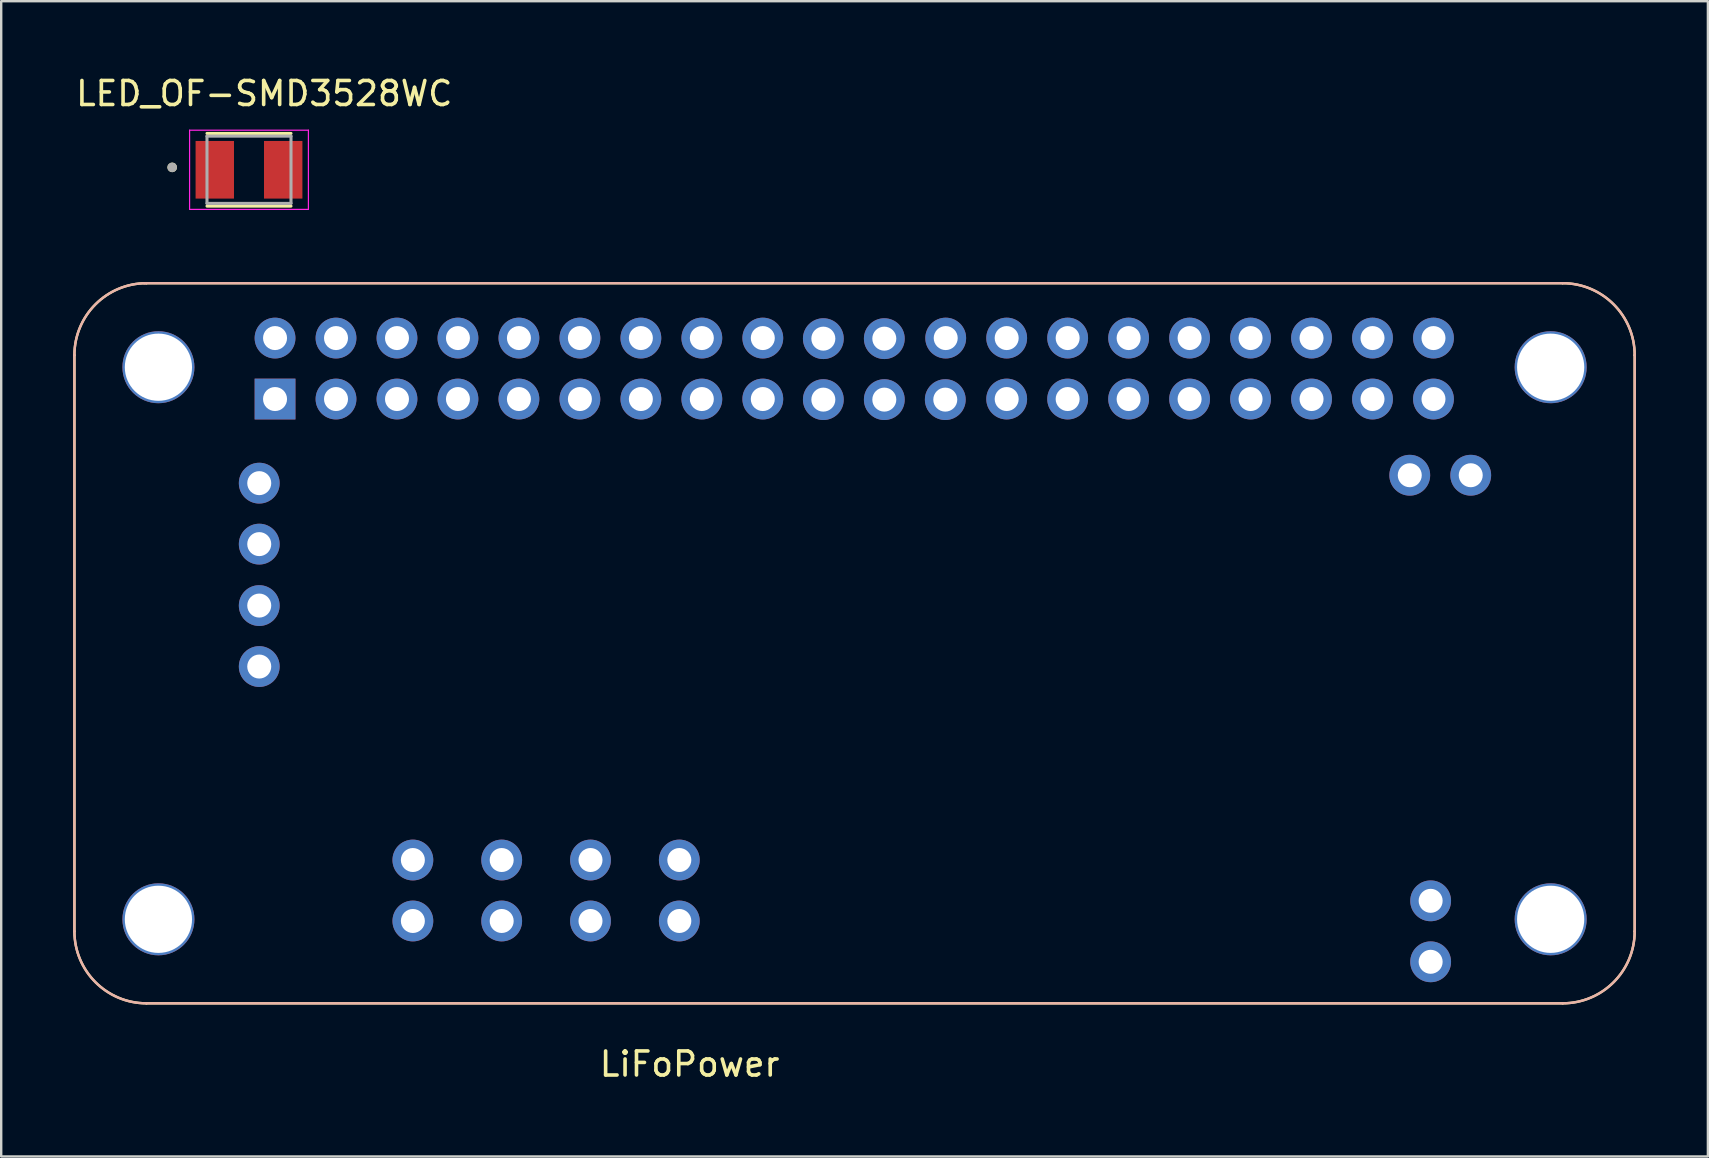
<source format=kicad_pcb>
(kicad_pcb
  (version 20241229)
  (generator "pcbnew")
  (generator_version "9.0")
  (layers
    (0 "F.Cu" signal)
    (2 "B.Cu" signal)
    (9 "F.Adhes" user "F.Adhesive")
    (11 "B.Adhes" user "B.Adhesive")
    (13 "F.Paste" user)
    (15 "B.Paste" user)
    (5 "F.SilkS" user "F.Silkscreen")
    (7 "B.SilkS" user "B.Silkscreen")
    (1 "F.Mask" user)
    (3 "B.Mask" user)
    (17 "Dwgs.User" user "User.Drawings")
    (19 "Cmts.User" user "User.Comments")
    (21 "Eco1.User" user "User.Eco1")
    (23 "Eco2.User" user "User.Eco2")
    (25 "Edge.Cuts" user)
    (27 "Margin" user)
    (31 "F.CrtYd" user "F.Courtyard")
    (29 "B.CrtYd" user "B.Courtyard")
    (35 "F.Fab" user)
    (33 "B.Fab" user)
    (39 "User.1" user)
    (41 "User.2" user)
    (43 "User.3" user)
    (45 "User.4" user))
  (footprint "LED_OF-SMD3528WC"
    (layer "F.Cu")
    (at 7.323 4.023)
    (property "Reference" "LED_OF-SMD3528WC" (at 0.635 -3.175 0) (layer "F.SilkS") (effects (font (size 1 1) (thickness 0.15))))
    (attr smd)
    (fp_line (start -1.75 -1.514) (end 1.75 -1.514) (stroke (width 0.127) (type solid)) (layer "F.SilkS"))
    (fp_line (start -1.75 1.514) (end 1.75 1.514) (stroke (width 0.127) (type solid)) (layer "F.SilkS"))
    (fp_circle (center -3.2 -0.1) (end -3.1 -0.1) (stroke (width 0.2) (type solid)) (fill no) (layer "F.SilkS"))
    (fp_line (start -2.475 -1.65) (end 2.475 -1.65) (stroke (width 0.05) (type solid)) (layer "F.CrtYd"))
    (fp_line (start -2.475 1.65) (end -2.475 -1.65) (stroke (width 0.05) (type solid)) (layer "F.CrtYd"))
    (fp_line (start 2.475 -1.65) (end 2.475 1.65) (stroke (width 0.05) (type solid)) (layer "F.CrtYd"))
    (fp_line (start 2.475 1.65) (end -2.475 1.65) (stroke (width 0.05) (type solid)) (layer "F.CrtYd"))
    (fp_line (start -1.75 -1.4) (end 1.75 -1.4) (stroke (width 0.127) (type solid)) (layer "F.Fab"))
    (fp_line (start -1.75 1.4) (end -1.75 -1.4) (stroke (width 0.127) (type solid)) (layer "F.Fab"))
    (fp_line (start 1.75 -1.4) (end 1.75 1.4) (stroke (width 0.127) (type solid)) (layer "F.Fab"))
    (fp_line (start 1.75 1.4) (end -1.75 1.4) (stroke (width 0.127) (type solid)) (layer "F.Fab"))
    (fp_circle (center -3.2 -0.1) (end -3.1 -0.1) (stroke (width 0.2) (type solid)) (fill no) (layer "F.Fab"))
    (pad "1" smd rect (at -1.425 0) (size 1.6 2.4) (layers "F.Cu" "F.Mask" "F.Paste"))
    (pad "2" smd rect (at 1.425 0) (size 1.6 2.4) (layers "F.Cu" "F.Mask" "F.Paste")))
  (footprint "LiFoPower"
    (layer "F.Cu")
    (at 25.68 41.778)
    (property "Reference" "LiFoPower" (at 0 -0.5 0) (unlocked yes) (layer "F.SilkS") (effects (font (size 1 1) (thickness 0.15))))
    (attr through_hole)
    (fp_line (start -25.63 -30.03) (end -25.63 -6.03) (stroke (width 0.1) (type solid)) (layer "F.SilkS"))
    (fp_line (start -22.63 -33.03) (end 36.37 -33.03) (stroke (width 0.1) (type solid)) (layer "F.SilkS"))
    (fp_line (start -22.63 -3.03) (end 36.37 -3.03) (stroke (width 0.1) (type solid)) (layer "F.SilkS"))
    (fp_line (start 39.37 -30.03) (end 39.37 -6.03) (stroke (width 0.1) (type solid)) (layer "F.SilkS"))
    (fp_arc (start -25.63 -30.03) (mid -24.751321 -32.151321) (end -22.63 -33.03) (stroke (width 0.1) (type solid)) (layer "F.SilkS"))
    (fp_arc (start -22.63 -3.03) (mid -24.751321 -3.908679) (end -25.63 -6.03) (stroke (width 0.1) (type solid)) (layer "F.SilkS"))
    (fp_arc (start 36.37 -33.03) (mid 38.491321 -32.151321) (end 39.37 -30.03) (stroke (width 0.1) (type solid)) (layer "F.SilkS"))
    (fp_arc (start 39.37 -6.03) (mid 38.491321 -3.908679) (end 36.37 -3.03) (stroke (width 0.1) (type solid)) (layer "F.SilkS"))
    (fp_line (start -25.63 -30.03) (end -25.63 -6.03) (stroke (width 0.1) (type solid)) (layer "B.SilkS"))
    (fp_line (start -22.73 -33.03) (end 36.37 -33.03) (stroke (width 0.1) (type solid)) (layer "B.SilkS"))
    (fp_line (start -22.63 -3.03) (end 36.37 -3.03) (stroke (width 0.1) (type solid)) (layer "B.SilkS"))
    (fp_line (start 39.37 -30.03) (end 39.37 -6.03) (stroke (width 0.1) (type solid)) (layer "B.SilkS"))
    (fp_arc (start -25.629998 -30.03) (mid -24.751319 -32.151321) (end -22.629998 -33.03) (stroke (width 0.1) (type solid)) (layer "B.SilkS"))
    (fp_arc (start -22.63 -3.03) (mid -24.751321 -3.908679) (end -25.63 -6.03) (stroke (width 0.1) (type solid)) (layer "B.SilkS"))
    (fp_arc (start 36.37 -33.03) (mid 38.49132 -32.15132) (end 39.37 -30.03) (stroke (width 0.1) (type solid)) (layer "B.SilkS"))
    (fp_arc (start 39.37 -6.03) (mid 38.49132 -3.90868) (end 36.37 -3.03) (stroke (width 0.1) (type solid)) (layer "B.SilkS"))
    (pad "" np_thru_hole circle (at -22.13 -29.53) (size 3 3) (drill 2.8) (layers "*.Cu" "*.Mask"))
    (pad "" np_thru_hole circle (at -22.13 -6.53) (size 3 3) (drill 2.8) (layers "*.Cu" "*.Mask"))
    (pad "" np_thru_hole circle (at 35.87 -29.53) (size 3 3) (drill 2.8) (layers "*.Cu" "*.Mask"))
    (pad "" np_thru_hole circle (at 35.87 -6.53) (size 3 3) (drill 2.8) (layers "*.Cu" "*.Mask"))
    (pad "1" thru_hole rect (at -17.272 -28.204 90) (size 1.7 1.7) (drill 1) (layers "*.Cu" "*.Mask"))
    (pad "2" thru_hole circle (at -17.272 -30.744 90) (size 1.7 1.7) (drill 1) (layers "*.Cu" "*.Mask"))
    (pad "3" thru_hole circle (at -14.732 -28.204 90) (size 1.7 1.7) (drill 1) (layers "*.Cu" "*.Mask"))
    (pad "4" thru_hole circle (at -14.732 -30.744 90) (size 1.7 1.7) (drill 1) (layers "*.Cu" "*.Mask"))
    (pad "5" thru_hole circle (at -12.192 -28.204 90) (size 1.7 1.7) (drill 1) (layers "*.Cu" "*.Mask"))
    (pad "6" thru_hole circle (at -12.192 -30.744 90) (size 1.7 1.7) (drill 1) (layers "*.Cu" "*.Mask"))
    (pad "7" thru_hole circle (at -9.652 -28.204 90) (size 1.7 1.7) (drill 1) (layers "*.Cu" "*.Mask"))
    (pad "8" thru_hole circle (at -9.652 -30.744 90) (size 1.7 1.7) (drill 1) (layers "*.Cu" "*.Mask"))
    (pad "9" thru_hole circle (at -7.112 -28.204 90) (size 1.7 1.7) (drill 1) (layers "*.Cu" "*.Mask"))
    (pad "10" thru_hole circle (at -7.112 -30.744 90) (size 1.7 1.7) (drill 1) (layers "*.Cu" "*.Mask"))
    (pad "11" thru_hole circle (at -4.572 -28.204 90) (size 1.7 1.7) (drill 1) (layers "*.Cu" "*.Mask"))
    (pad "12" thru_hole circle (at -4.572 -30.744 90) (size 1.7 1.7) (drill 1) (layers "*.Cu" "*.Mask"))
    (pad "13" thru_hole circle (at -2.032 -28.204 90) (size 1.7 1.7) (drill 1) (layers "*.Cu" "*.Mask"))
    (pad "14" thru_hole circle (at -2.032 -30.744 90) (size 1.7 1.7) (drill 1) (layers "*.Cu" "*.Mask"))
    (pad "15" thru_hole circle (at 0.508 -28.204 90) (size 1.7 1.7) (drill 1) (layers "*.Cu" "*.Mask"))
    (pad "16" thru_hole circle (at 0.508 -30.744 90) (size 1.7 1.7) (drill 1) (layers "*.Cu" "*.Mask"))
    (pad "17" thru_hole circle (at 3.048 -28.204 90) (size 1.7 1.7) (drill 1) (layers "*.Cu" "*.Mask"))
    (pad "18" thru_hole circle (at 3.048 -30.744 90) (size 1.7 1.7) (drill 1) (layers "*.Cu" "*.Mask"))
    (pad "19" thru_hole circle (at 5.57 -28.18 90) (size 1.7 1.7) (drill 1) (layers "*.Cu" "*.Mask"))
    (pad "20" thru_hole circle (at 5.57 -30.72 90) (size 1.7 1.7) (drill 1) (layers "*.Cu" "*.Mask"))
    (pad "21" thru_hole circle (at 8.11 -28.18 90) (size 1.7 1.7) (drill 1) (layers "*.Cu" "*.Mask"))
    (pad "22" thru_hole circle (at 8.11 -30.72 90) (size 1.7 1.7) (drill 1) (layers "*.Cu" "*.Mask"))
    (pad "23" thru_hole circle (at 10.65 -28.18 90) (size 1.7 1.7) (drill 1) (layers "*.Cu" "*.Mask"))
    (pad "24" thru_hole circle (at 10.668 -30.744 90) (size 1.7 1.7) (drill 1) (layers "*.Cu" "*.Mask"))
    (pad "25" thru_hole circle (at 13.208 -28.204 90) (size 1.7 1.7) (drill 1) (layers "*.Cu" "*.Mask"))
    (pad "26" thru_hole circle (at 13.208 -30.744 90) (size 1.7 1.7) (drill 1) (layers "*.Cu" "*.Mask"))
    (pad "27" thru_hole circle (at 15.748 -28.204 90) (size 1.7 1.7) (drill 1) (layers "*.Cu" "*.Mask"))
    (pad "28" thru_hole circle (at 15.748 -30.744 90) (size 1.7 1.7) (drill 1) (layers "*.Cu" "*.Mask"))
    (pad "29" thru_hole circle (at 18.288 -28.204 90) (size 1.7 1.7) (drill 1) (layers "*.Cu" "*.Mask"))
    (pad "30" thru_hole circle (at 18.288 -30.744 90) (size 1.7 1.7) (drill 1) (layers "*.Cu" "*.Mask"))
    (pad "31" thru_hole circle (at 20.828 -28.204 90) (size 1.7 1.7) (drill 1) (layers "*.Cu" "*.Mask"))
    (pad "32" thru_hole circle (at 20.828 -30.744 90) (size 1.7 1.7) (drill 1) (layers "*.Cu" "*.Mask"))
    (pad "33" thru_hole circle (at 23.368 -28.204 90) (size 1.7 1.7) (drill 1) (layers "*.Cu" "*.Mask"))
    (pad "34" thru_hole circle (at 23.368 -30.744 90) (size 1.7 1.7) (drill 1) (layers "*.Cu" "*.Mask"))
    (pad "35" thru_hole circle (at 25.908 -28.204 90) (size 1.7 1.7) (drill 1) (layers "*.Cu" "*.Mask"))
    (pad "36" thru_hole circle (at 25.908 -30.744 90) (size 1.7 1.7) (drill 1) (layers "*.Cu" "*.Mask"))
    (pad "37" thru_hole circle (at 28.448 -28.204 90) (size 1.7 1.7) (drill 1) (layers "*.Cu" "*.Mask"))
    (pad "38" thru_hole circle (at 28.448 -30.744 90) (size 1.7 1.7) (drill 1) (layers "*.Cu" "*.Mask"))
    (pad "39" thru_hole circle (at 30.988 -28.204 90) (size 1.7 1.7) (drill 1) (layers "*.Cu" "*.Mask"))
    (pad "40" thru_hole circle (at 30.988 -30.744 90) (size 1.7 1.7) (drill 1) (layers "*.Cu" "*.Mask"))
    (pad "B+" thru_hole circle (at 32.54 -25.03 90) (size 1.7 1.7) (drill 1) (layers "*.Cu" "*.Mask"))
    (pad "B-" thru_hole circle (at 30 -25.03 90) (size 1.7 1.7) (drill 1) (layers "*.Cu" "*.Mask"))
    (pad "Cled+" thru_hole circle (at -0.43 -9) (size 1.7 1.7) (drill 1) (layers "*.Cu" "*.Mask"))
    (pad "Cled-" thru_hole circle (at -0.43 -6.46) (size 1.7 1.7) (drill 1) (layers "*.Cu" "*.Mask"))
    (pad "Mpp+" thru_hole circle (at -4.13 -9) (size 1.7 1.7) (drill 1) (layers "*.Cu" "*.Mask"))
    (pad "Mpp-" thru_hole circle (at -4.13 -6.46) (size 1.7 1.7) (drill 1) (layers "*.Cu" "*.Mask"))
    (pad "Pled+" thru_hole circle (at -11.53 -9) (size 1.7 1.7) (drill 1) (layers "*.Cu" "*.Mask"))
    (pad "Pled-" thru_hole circle (at -11.53 -6.46) (size 1.7 1.7) (drill 1) (layers "*.Cu" "*.Mask"))
    (pad "Vbsw+" thru_hole circle (at -7.83 -9) (size 1.7 1.7) (drill 1) (layers "*.Cu" "*.Mask"))
    (pad "Vbsw-" thru_hole circle (at -7.83 -6.46) (size 1.7 1.7) (drill 1) (layers "*.Cu" "*.Mask"))
    (pad "Vcar+" thru_hole circle (at -17.93 -17.06) (size 1.7 1.7) (drill 1) (layers "*.Cu" "*.Mask"))
    (pad "Vcar-" thru_hole circle (at -17.93 -19.6) (size 1.7 1.7) (drill 1) (layers "*.Cu" "*.Mask"))
    (pad "Vout+" thru_hole circle (at -17.93 -24.7) (size 1.7 1.7) (drill 1) (layers "*.Cu" "*.Mask"))
    (pad "Vout-" thru_hole circle (at -17.93 -22.16) (size 1.7 1.7) (drill 1) (layers "*.Cu" "*.Mask"))
    (pad "btn+" thru_hole circle (at 30.87 -7.3) (size 1.7 1.7) (drill 1) (layers "*.Cu" "*.Mask"))
    (pad "btn-" thru_hole circle (at 30.87 -4.76) (size 1.7 1.7) (drill 1) (layers "*.Cu" "*.Mask")))
  (gr_rect
    (start -3 -3)
    (end 68.1 45.127)
    (stroke (width 0.1) (type default))
    (fill no)
    (layer "Edge.Cuts")))
</source>
